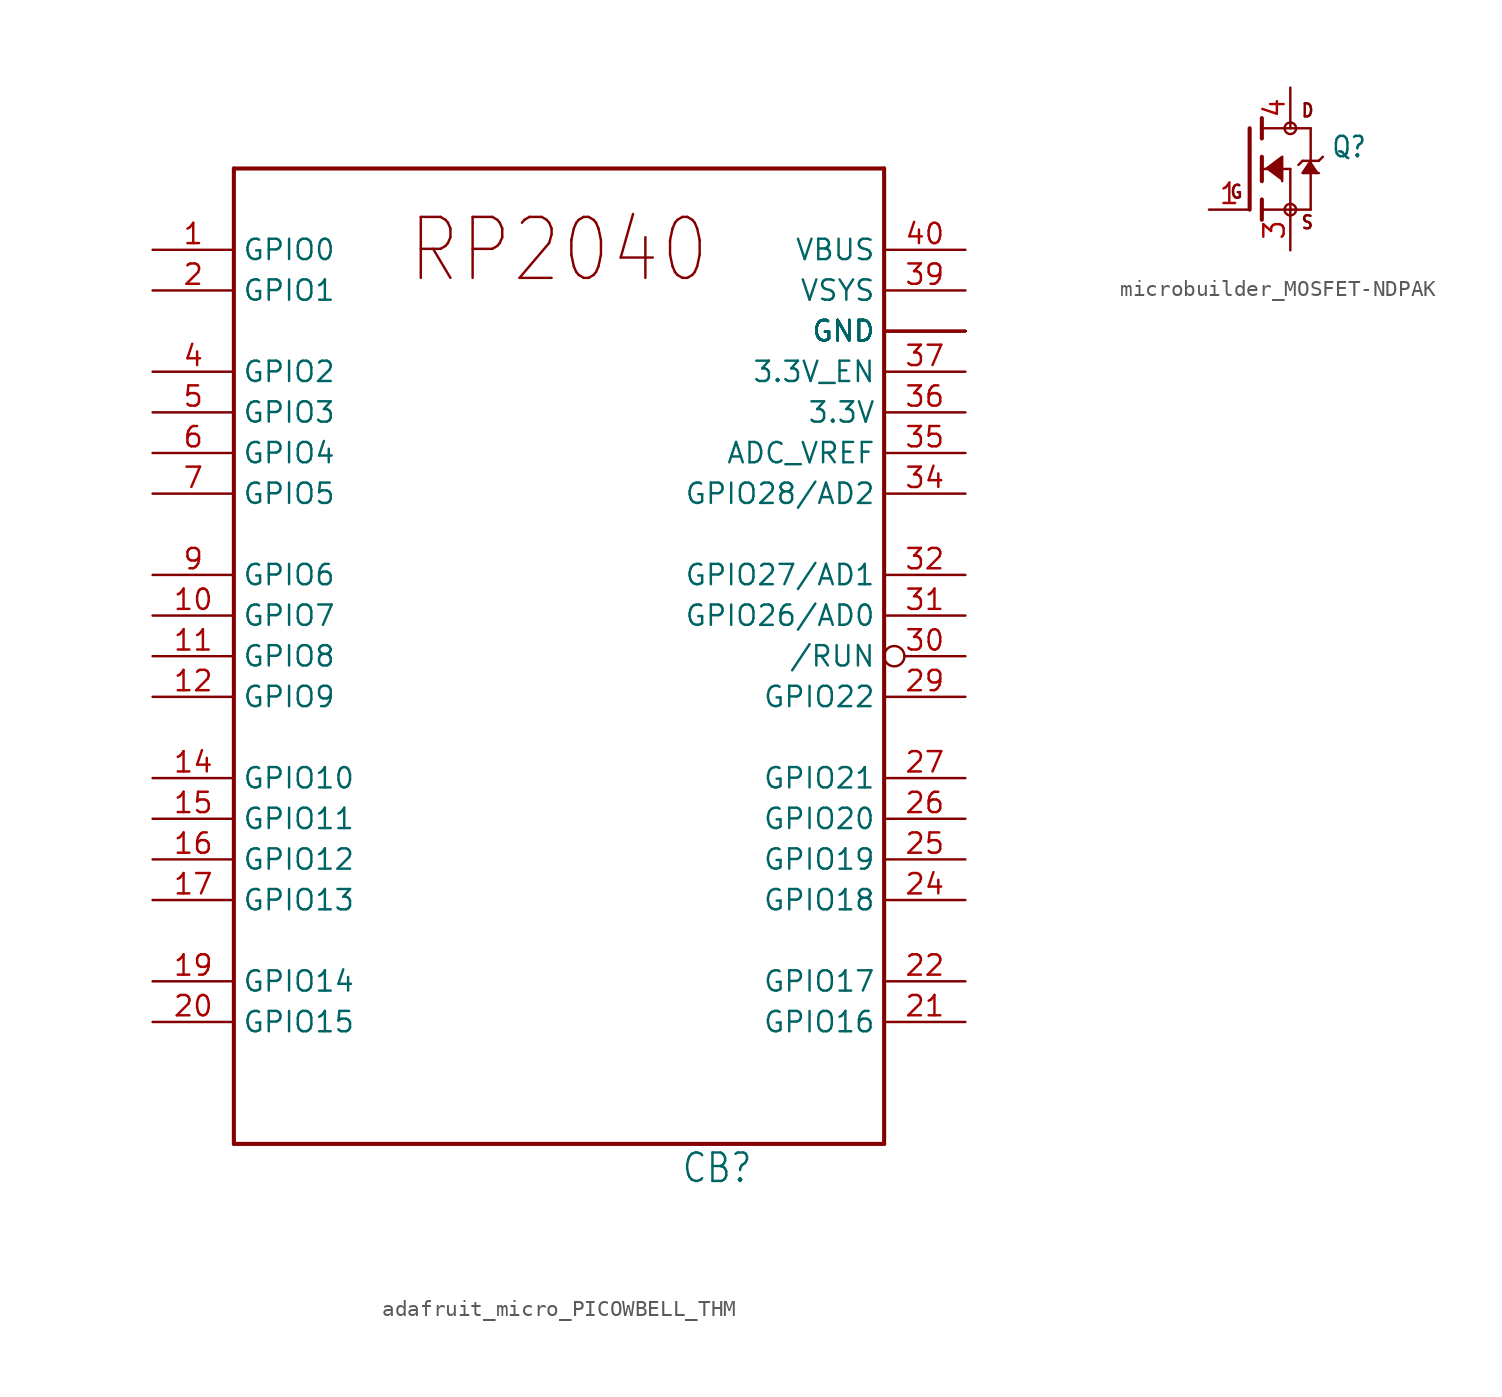
<source format=kicad_sym>
(kicad_symbol_lib
  (version 20231120)
  (generator "kicad_symbol_editor")
  (generator_version "8.0")
  (symbol "adafruit_micro_PICOWBELL_THM"
    (property "Reference" "CB"
      (at 7.62 -33.02 0)
      (effects (font (size 1.778 1.511)) (justify left bottom)))
    (property "Value" ""
      (at -17.78 -33.02 0)
      (effects (font (size 1.778 1.511)) (justify left bottom)))
    (property "ki_locked" ""
      (at 0 0 0)
      (effects (font (size 1.27 1.27))))
    (symbol "adafruit_micro_PICOWBELL_THM_1_0"
      (polyline (pts (xy -20.32 -30.48) (xy -20.32 30.48)) (stroke (width 0.254) (type solid)) (fill (type none)))
      (polyline (pts (xy -20.32 30.48) (xy 20.32 30.48)) (stroke (width 0.254) (type solid)) (fill (type none)))
      (polyline (pts (xy 20.32 -30.48) (xy -20.32 -30.48)) (stroke (width 0.254) (type solid)) (fill (type none)))
      (polyline (pts (xy 20.32 30.48) (xy 20.32 -30.48)) (stroke (width 0.254) (type solid)) (fill (type none)))
      (text "RP2040" (at 0 25.4 0) (effects (font (size 3.81 3.239))))
      (pin bidirectional line (at -25.4 25.4 0) (length 5.08) (name "GPIO0" (effects (font (size 1.27 1.27)))) (number "1" (effects (font (size 1.27 1.27)))))
      (pin bidirectional line (at -25.4 2.54 0) (length 5.08) (name "GPIO7" (effects (font (size 1.27 1.27)))) (number "10" (effects (font (size 1.27 1.27)))))
      (pin bidirectional line (at -25.4 0 0) (length 5.08) (name "GPIO8" (effects (font (size 1.27 1.27)))) (number "11" (effects (font (size 1.27 1.27)))))
      (pin bidirectional line (at -25.4 -2.54 0) (length 5.08) (name "GPIO9" (effects (font (size 1.27 1.27)))) (number "12" (effects (font (size 1.27 1.27)))))
      (pin power_in line (at 25.4 20.32 180) (length 5.08) (name "GND" (effects (font (size 1.27 1.27)))) (number "13" (effects (font (size 0 0)))))
      (pin bidirectional line (at -25.4 -7.62 0) (length 5.08) (name "GPIO10" (effects (font (size 1.27 1.27)))) (number "14" (effects (font (size 1.27 1.27)))))
      (pin bidirectional line (at -25.4 -10.16 0) (length 5.08) (name "GPIO11" (effects (font (size 1.27 1.27)))) (number "15" (effects (font (size 1.27 1.27)))))
      (pin bidirectional line (at -25.4 -12.7 0) (length 5.08) (name "GPIO12" (effects (font (size 1.27 1.27)))) (number "16" (effects (font (size 1.27 1.27)))))
      (pin bidirectional line (at -25.4 -15.24 0) (length 5.08) (name "GPIO13" (effects (font (size 1.27 1.27)))) (number "17" (effects (font (size 1.27 1.27)))))
      (pin power_in line (at 25.4 20.32 180) (length 5.08) (name "GND" (effects (font (size 1.27 1.27)))) (number "18" (effects (font (size 0 0)))))
      (pin bidirectional line (at -25.4 -20.32 0) (length 5.08) (name "GPIO14" (effects (font (size 1.27 1.27)))) (number "19" (effects (font (size 1.27 1.27)))))
      (pin bidirectional line (at -25.4 22.86 0) (length 5.08) (name "GPIO1" (effects (font (size 1.27 1.27)))) (number "2" (effects (font (size 1.27 1.27)))))
      (pin bidirectional line (at -25.4 -22.86 0) (length 5.08) (name "GPIO15" (effects (font (size 1.27 1.27)))) (number "20" (effects (font (size 1.27 1.27)))))
      (pin bidirectional line (at 25.4 -22.86 180) (length 5.08) (name "GPIO16" (effects (font (size 1.27 1.27)))) (number "21" (effects (font (size 1.27 1.27)))))
      (pin bidirectional line (at 25.4 -20.32 180) (length 5.08) (name "GPIO17" (effects (font (size 1.27 1.27)))) (number "22" (effects (font (size 1.27 1.27)))))
      (pin power_in line (at 25.4 20.32 180) (length 5.08) (name "GND" (effects (font (size 1.27 1.27)))) (number "23" (effects (font (size 0 0)))))
      (pin bidirectional line (at 25.4 -15.24 180) (length 5.08) (name "GPIO18" (effects (font (size 1.27 1.27)))) (number "24" (effects (font (size 1.27 1.27)))))
      (pin bidirectional line (at 25.4 -12.7 180) (length 5.08) (name "GPIO19" (effects (font (size 1.27 1.27)))) (number "25" (effects (font (size 1.27 1.27)))))
      (pin bidirectional line (at 25.4 -10.16 180) (length 5.08) (name "GPIO20" (effects (font (size 1.27 1.27)))) (number "26" (effects (font (size 1.27 1.27)))))
      (pin bidirectional line (at 25.4 -7.62 180) (length 5.08) (name "GPIO21" (effects (font (size 1.27 1.27)))) (number "27" (effects (font (size 1.27 1.27)))))
      (pin power_in line (at 25.4 20.32 180) (length 5.08) (name "GND" (effects (font (size 1.27 1.27)))) (number "28" (effects (font (size 0 0)))))
      (pin bidirectional line (at 25.4 -2.54 180) (length 5.08) (name "GPIO22" (effects (font (size 1.27 1.27)))) (number "29" (effects (font (size 1.27 1.27)))))
      (pin power_in line (at 25.4 20.32 180) (length 5.08) (name "GND" (effects (font (size 1.27 1.27)))) (number "3" (effects (font (size 0 0)))))
      (pin bidirectional inverted (at 25.4 0 180) (length 5.08) (name "/RUN" (effects (font (size 1.27 1.27)))) (number "30" (effects (font (size 1.27 1.27)))))
      (pin bidirectional line (at 25.4 2.54 180) (length 5.08) (name "GPIO26/AD0" (effects (font (size 1.27 1.27)))) (number "31" (effects (font (size 1.27 1.27)))))
      (pin bidirectional line (at 25.4 5.08 180) (length 5.08) (name "GPIO27/AD1" (effects (font (size 1.27 1.27)))) (number "32" (effects (font (size 1.27 1.27)))))
      (pin power_in line (at 25.4 20.32 180) (length 5.08) (name "GND" (effects (font (size 1.27 1.27)))) (number "33" (effects (font (size 0 0)))))
      (pin bidirectional line (at 25.4 10.16 180) (length 5.08) (name "GPIO28/AD2" (effects (font (size 1.27 1.27)))) (number "34" (effects (font (size 1.27 1.27)))))
      (pin passive line (at 25.4 12.7 180) (length 5.08) (name "ADC_VREF" (effects (font (size 1.27 1.27)))) (number "35" (effects (font (size 1.27 1.27)))))
      (pin power_in line (at 25.4 15.24 180) (length 5.08) (name "3.3V" (effects (font (size 1.27 1.27)))) (number "36" (effects (font (size 1.27 1.27)))))
      (pin passive line (at 25.4 17.78 180) (length 5.08) (name "3.3V_EN" (effects (font (size 1.27 1.27)))) (number "37" (effects (font (size 1.27 1.27)))))
      (pin power_in line (at 25.4 20.32 180) (length 5.08) (name "GND" (effects (font (size 1.27 1.27)))) (number "38" (effects (font (size 0 0)))))
      (pin power_in line (at 25.4 22.86 180) (length 5.08) (name "VSYS" (effects (font (size 1.27 1.27)))) (number "39" (effects (font (size 1.27 1.27)))))
      (pin bidirectional line (at -25.4 17.78 0) (length 5.08) (name "GPIO2" (effects (font (size 1.27 1.27)))) (number "4" (effects (font (size 1.27 1.27)))))
      (pin power_in line (at 25.4 25.4 180) (length 5.08) (name "VBUS" (effects (font (size 1.27 1.27)))) (number "40" (effects (font (size 1.27 1.27)))))
      (pin bidirectional line (at -25.4 15.24 0) (length 5.08) (name "GPIO3" (effects (font (size 1.27 1.27)))) (number "5" (effects (font (size 1.27 1.27)))))
      (pin bidirectional line (at -25.4 12.7 0) (length 5.08) (name "GPIO4" (effects (font (size 1.27 1.27)))) (number "6" (effects (font (size 1.27 1.27)))))
      (pin bidirectional line (at -25.4 10.16 0) (length 5.08) (name "GPIO5" (effects (font (size 1.27 1.27)))) (number "7" (effects (font (size 1.27 1.27)))))
      (pin power_in line (at 25.4 20.32 180) (length 5.08) (name "GND" (effects (font (size 1.27 1.27)))) (number "8" (effects (font (size 0 0)))))
      (pin bidirectional line (at -25.4 5.08 0) (length 5.08) (name "GPIO6" (effects (font (size 1.27 1.27)))) (number "9" (effects (font (size 1.27 1.27)))))))
  (symbol "microbuilder_MOSFET-NDPAK"
    (property "Reference" "Q"
      (at 5.08 0.635 0)
      (effects (font (size 1.27 1.079)) (justify left bottom)))
    (property "Value" ""
      (at 5.08 -1.27 0)
      (effects (font (size 1.27 1.079)) (justify left bottom)))
    (property "ki_locked" ""
      (at 0 0 0)
      (effects (font (size 1.27 1.27))))
    (symbol "microbuilder_MOSFET-NDPAK_1_0"
      (polyline (pts (xy 0 2.54) (xy 0 -2.54)) (stroke (width 0.254) (type solid)) (fill (type none)))
      (polyline (pts (xy 0.762 -2.54) (xy 0.762 -3.175)) (stroke (width 0.254) (type solid)) (fill (type none)))
      (polyline (pts (xy 0.762 -1.905) (xy 0.762 -2.54)) (stroke (width 0.254) (type solid)) (fill (type none)))
      (polyline (pts (xy 0.762 0) (xy 0.762 -0.762)) (stroke (width 0.254) (type solid)) (fill (type none)))
      (polyline (pts (xy 0.762 0) (xy 2.54 0)) (stroke (width 0.152) (type solid)) (fill (type none)))
      (polyline (pts (xy 0.762 0.762) (xy 0.762 0)) (stroke (width 0.254) (type solid)) (fill (type none)))
      (polyline (pts (xy 0.762 2.54) (xy 0.762 1.905)) (stroke (width 0.254) (type solid)) (fill (type none)))
      (polyline (pts (xy 0.762 2.54) (xy 3.81 2.54)) (stroke (width 0.152) (type solid)) (fill (type none)))
      (polyline (pts (xy 0.762 3.175) (xy 0.762 2.54)) (stroke (width 0.254) (type solid)) (fill (type none)))
      (polyline (pts (xy 2.54 -2.54) (xy 0.762 -2.54)) (stroke (width 0.152) (type solid)) (fill (type none)))
      (polyline (pts (xy 2.54 -2.54) (xy 3.81 -2.54)) (stroke (width 0.152) (type solid)) (fill (type none)))
      (polyline (pts (xy 2.54 0) (xy 2.54 -2.54)) (stroke (width 0.152) (type solid)) (fill (type none)))
      (polyline (pts (xy 3.302 0.508) (xy 3.048 0.254)) (stroke (width 0.152) (type solid)) (fill (type none)))
      (polyline (pts (xy 3.81 0.508) (xy 3.302 0.508)) (stroke (width 0.152) (type solid)) (fill (type none)))
      (polyline (pts (xy 3.81 0.508) (xy 3.81 -2.54)) (stroke (width 0.152) (type solid)) (fill (type none)))
      (polyline (pts (xy 3.81 2.54) (xy 3.81 0.508)) (stroke (width 0.152) (type solid)) (fill (type none)))
      (polyline (pts (xy 4.318 0.508) (xy 3.81 0.508)) (stroke (width 0.152) (type solid)) (fill (type none)))
      (polyline (pts (xy 4.572 0.762) (xy 4.318 0.508)) (stroke (width 0.152) (type solid)) (fill (type none)))
      (polyline (pts (xy 1.016 0) (xy 2.032 0.762) (xy 2.032 -0.762)) (stroke (width 0.152) (type solid)) (fill (type outline)))
      (polyline (pts (xy 3.81 0.508) (xy 3.302 -0.254) (xy 4.318 -0.254)) (stroke (width 0.152) (type solid)) (fill (type outline)))
      (circle (center 2.54 -2.54) (radius 0.359) (stroke (width 0) (type solid)) (fill (type none)))
      (circle (center 2.54 2.54) (radius 0.359) (stroke (width 0) (type solid)) (fill (type none)))
      (text "D" (at 3.175 3.175 0) (effects (font (size 0.813 0.691)) (justify left bottom)))
      (text "G" (at -1.27 -1.905 0) (effects (font (size 0.813 0.691)) (justify left bottom)))
      (text "S" (at 3.175 -3.81 0) (effects (font (size 0.813 0.691)) (justify left bottom)))
      (pin bidirectional line (at -2.54 -2.54 0) (length 2.54) (name "G" (effects (font (size 0 0)))) (number "1" (effects (font (size 1.27 1.27)))))
      (pin bidirectional line (at 2.54 -5.08 90) (length 2.54) (name "S" (effects (font (size 0 0)))) (number "3" (effects (font (size 1.27 1.27)))))
      (pin bidirectional line (at 2.54 5.08 270) (length 2.54) (name "D" (effects (font (size 0 0)))) (number "4" (effects (font (size 1.27 1.27))))))))
</source>
